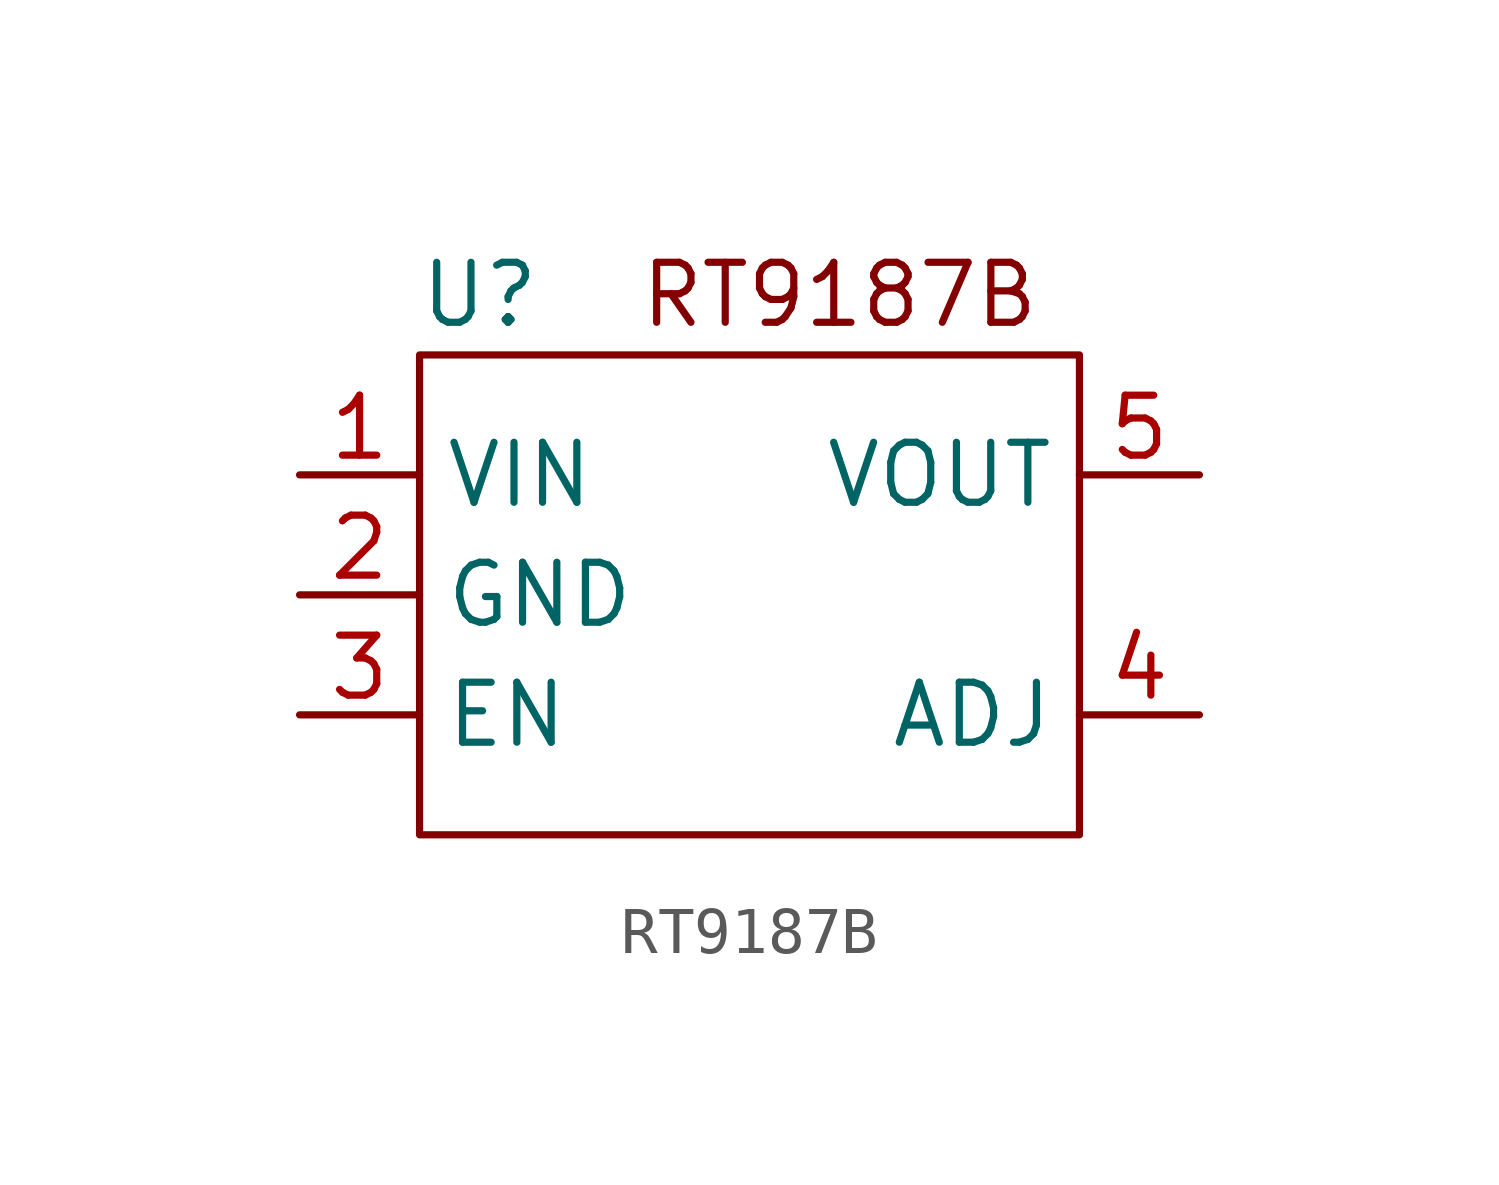
<source format=kicad_sym>
(kicad_symbol_lib
  (version 20220914)
  (generator kicad_symbol_editor)
  (symbol "RT9187B"
    (property "Reference" "U"
      (at 1.27 1.27 0)
      (effects (font (size 1.27 1.27))))
    (property "Value" ""
      (at 0 0 0)
      (effects (font (size 1.27 1.27))))
    (symbol "RT9187B_0_1"
      (rectangle (start 0 0) (end 13.97 -10.16) (stroke (width 0) (type default)) (fill (type none))))
    (symbol "RT9187B_1_1"
      (text "RT9187B" (at 8.89 1.27 0) (effects (font (size 1.27 1.27))))
      (pin power_in line (at -2.54 -2.54 0) (length 2.54) (name "VIN" (effects (font (size 1.27 1.27)))) (number "1" (effects (font (size 1.27 1.27)))))
      (pin power_in line (at -2.54 -5.08 0) (length 2.54) (name "GND" (effects (font (size 1.27 1.27)))) (number "2" (effects (font (size 1.27 1.27)))))
      (pin input line (at -2.54 -7.62 0) (length 2.54) (name "EN" (effects (font (size 1.27 1.27)))) (number "3" (effects (font (size 1.27 1.27)))))
      (pin input line (at 16.51 -7.62 180) (length 2.54) (name "ADJ" (effects (font (size 1.27 1.27)))) (number "4" (effects (font (size 1.27 1.27)))))
      (pin power_out line (at 16.51 -2.54 180) (length 2.54) (name "VOUT" (effects (font (size 1.27 1.27)))) (number "5" (effects (font (size 1.27 1.27))))))))
</source>
